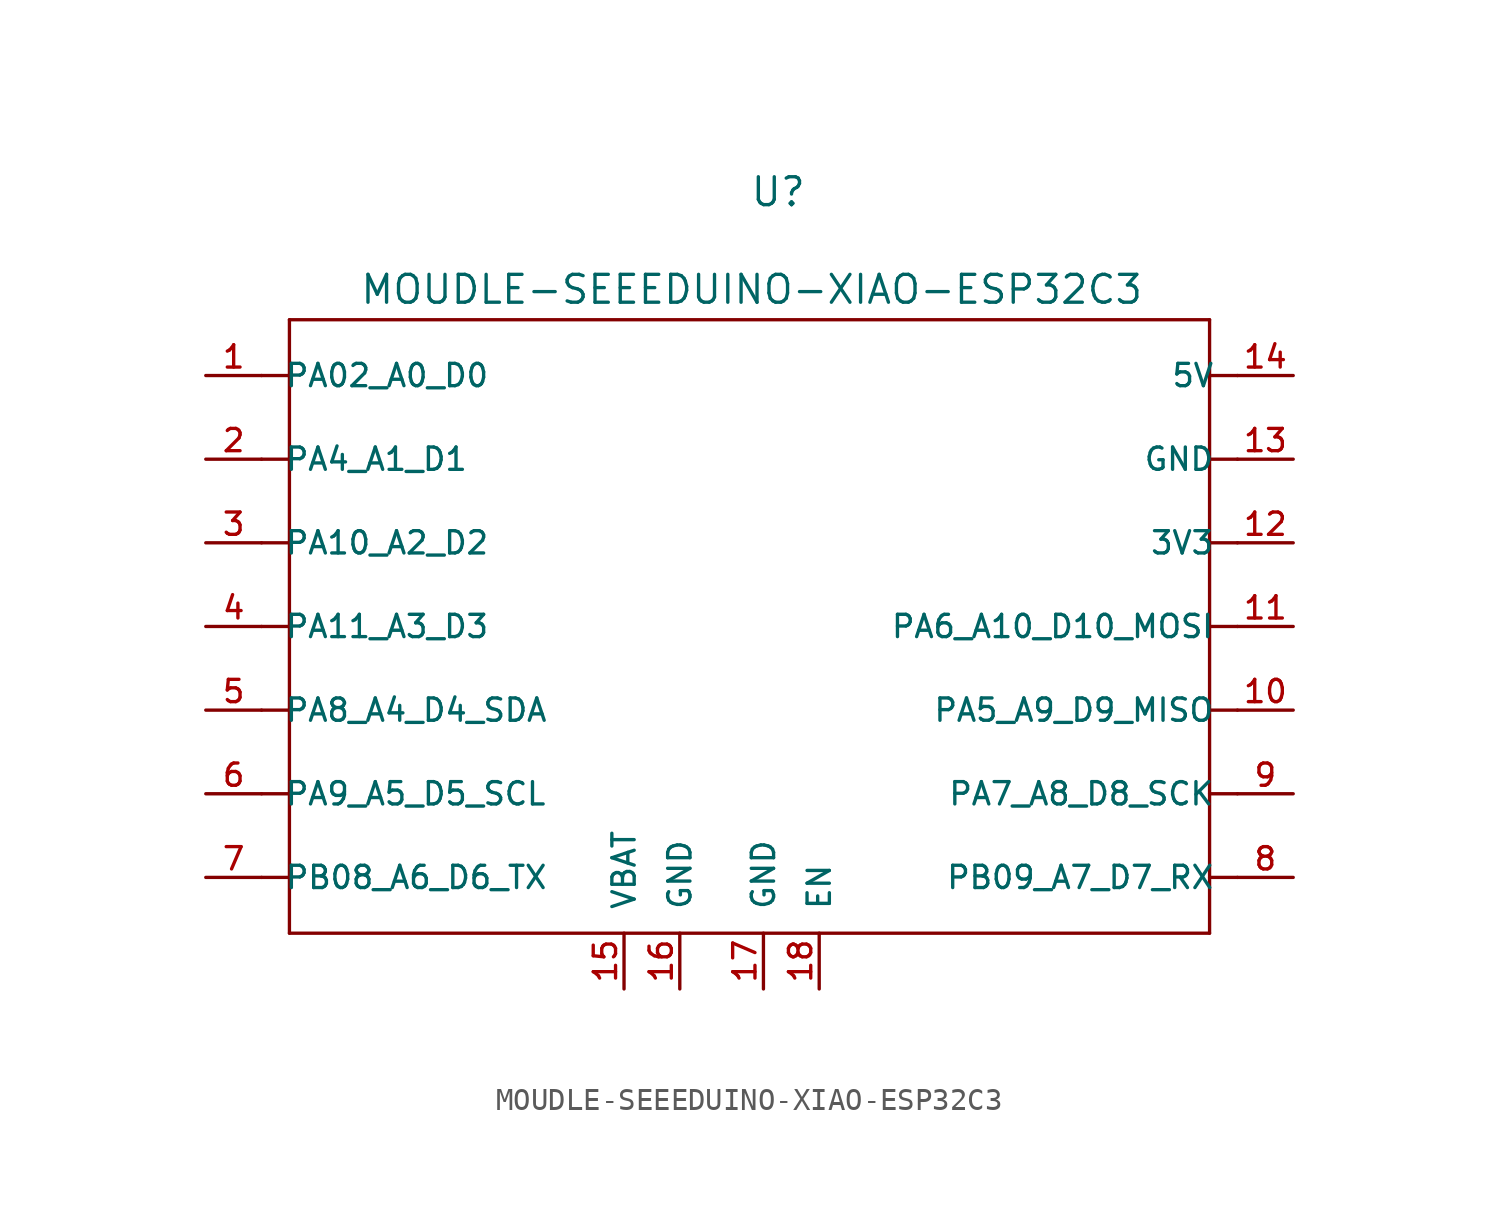
<source format=kicad_sym>
(kicad_symbol_lib
  (version 20211014)
  (generator kicad_symbol_editor)
  (symbol "MOUDLE-SEEEDUINO-XIAO-ESP32C3"
    (pin_names
      (offset 1.016))
    (property "Reference" "U"
      (at -0.635 19.05 0)
      (effects (font (size 1.27 1.27)) (justify left bottom)))
    (property "Value" "MOUDLE-SEEEDUINO-XIAO-ESP32C3"
      (at -18.415 14.605 0)
      (effects (font (size 1.27 1.27)) (justify left bottom)))
    (symbol "MOUDLE-SEEEDUINO-XIAO-ESP32C3_0_0"
      (polyline (pts (xy -21.59 -13.97) (xy -21.59 0)) (stroke (width 0.152) (type default) (color 0 0 0 0)) (fill (type none)))
      (polyline (pts (xy -21.59 -11.43) (xy -22.86 -11.43)) (stroke (width 0.152) (type default) (color 0 0 0 0)) (fill (type none)))
      (polyline (pts (xy -21.59 -7.62) (xy -22.86 -7.62)) (stroke (width 0.152) (type default) (color 0 0 0 0)) (fill (type none)))
      (polyline (pts (xy -21.59 -3.81) (xy -22.86 -3.81)) (stroke (width 0.152) (type default) (color 0 0 0 0)) (fill (type none)))
      (polyline (pts (xy -21.59 0) (xy -22.86 0)) (stroke (width 0.152) (type default) (color 0 0 0 0)) (fill (type none)))
      (polyline (pts (xy -21.59 0) (xy -21.59 3.81)) (stroke (width 0.152) (type default) (color 0 0 0 0)) (fill (type none)))
      (polyline (pts (xy -21.59 3.81) (xy -22.86 3.81)) (stroke (width 0.152) (type default) (color 0 0 0 0)) (fill (type none)))
      (polyline (pts (xy -21.59 3.81) (xy -21.59 7.62)) (stroke (width 0.152) (type default) (color 0 0 0 0)) (fill (type none)))
      (polyline (pts (xy -21.59 7.62) (xy -22.86 7.62)) (stroke (width 0.152) (type default) (color 0 0 0 0)) (fill (type none)))
      (polyline (pts (xy -21.59 7.62) (xy -21.59 11.43)) (stroke (width 0.152) (type default) (color 0 0 0 0)) (fill (type none)))
      (polyline (pts (xy -21.59 11.43) (xy -22.86 11.43)) (stroke (width 0.152) (type default) (color 0 0 0 0)) (fill (type none)))
      (polyline (pts (xy -21.59 11.43) (xy -21.59 13.97)) (stroke (width 0.152) (type default) (color 0 0 0 0)) (fill (type none)))
      (polyline (pts (xy -21.59 13.97) (xy 20.32 13.97)) (stroke (width 0.152) (type default) (color 0 0 0 0)) (fill (type none)))
      (polyline (pts (xy 20.32 -13.97) (xy -21.59 -13.97)) (stroke (width 0.152) (type default) (color 0 0 0 0)) (fill (type none)))
      (polyline (pts (xy 20.32 3.81) (xy 20.32 -13.97)) (stroke (width 0.152) (type default) (color 0 0 0 0)) (fill (type none)))
      (polyline (pts (xy 20.32 7.62) (xy 20.32 3.81)) (stroke (width 0.152) (type default) (color 0 0 0 0)) (fill (type none)))
      (polyline (pts (xy 20.32 11.43) (xy 20.32 7.62)) (stroke (width 0.152) (type default) (color 0 0 0 0)) (fill (type none)))
      (polyline (pts (xy 20.32 13.97) (xy 20.32 11.43)) (stroke (width 0.152) (type default) (color 0 0 0 0)) (fill (type none)))
      (polyline (pts (xy 21.59 -11.43) (xy 20.32 -11.43)) (stroke (width 0.152) (type default) (color 0 0 0 0)) (fill (type none)))
      (polyline (pts (xy 21.59 -7.62) (xy 20.32 -7.62)) (stroke (width 0.152) (type default) (color 0 0 0 0)) (fill (type none)))
      (polyline (pts (xy 21.59 -3.81) (xy 20.32 -3.81)) (stroke (width 0.152) (type default) (color 0 0 0 0)) (fill (type none)))
      (polyline (pts (xy 21.59 0) (xy 20.32 0)) (stroke (width 0.152) (type default) (color 0 0 0 0)) (fill (type none)))
      (polyline (pts (xy 21.59 3.81) (xy 20.32 3.81)) (stroke (width 0.152) (type default) (color 0 0 0 0)) (fill (type none)))
      (polyline (pts (xy 21.59 7.62) (xy 20.32 7.62)) (stroke (width 0.152) (type default) (color 0 0 0 0)) (fill (type none)))
      (polyline (pts (xy 21.59 11.43) (xy 20.32 11.43)) (stroke (width 0.152) (type default) (color 0 0 0 0)) (fill (type none)))
      (pin bidirectional line (at -25.4 11.43 0) (length 2.54) (name "PA02_A0_D0" (effects (font (size 1.016 1.016)))) (number "1" (effects (font (size 1.016 1.016)))))
      (pin bidirectional line (at 24.13 -3.81 180) (length 2.54) (name "PA5_A9_D9_MISO" (effects (font (size 1.016 1.016)))) (number "10" (effects (font (size 1.016 1.016)))))
      (pin bidirectional line (at 24.13 0 180) (length 2.54) (name "PA6_A10_D10_MOSI" (effects (font (size 1.016 1.016)))) (number "11" (effects (font (size 1.016 1.016)))))
      (pin power_out line (at 24.13 3.81 180) (length 2.54) (name "3V3" (effects (font (size 1.016 1.016)))) (number "12" (effects (font (size 1.016 1.016)))))
      (pin power_in line (at 24.13 7.62 180) (length 2.54) (name "GND" (effects (font (size 1.016 1.016)))) (number "13" (effects (font (size 1.016 1.016)))))
      (pin power_out line (at 24.13 11.43 180) (length 2.54) (name "5V" (effects (font (size 1.016 1.016)))) (number "14" (effects (font (size 1.016 1.016)))))
      (pin power_in line (at -6.35 -16.51 90) (length 2.54) (name "VBAT" (effects (font (size 1.016 1.016)))) (number "15" (effects (font (size 1.016 1.016)))))
      (pin power_in line (at -3.81 -16.51 90) (length 2.54) (name "GND" (effects (font (size 1.016 1.016)))) (number "16" (effects (font (size 1.016 1.016)))))
      (pin power_in line (at 0 -16.51 90) (length 2.54) (name "GND" (effects (font (size 1.016 1.016)))) (number "17" (effects (font (size 1.016 1.016)))))
      (pin input line (at 2.54 -16.51 90) (length 2.54) (name "EN" (effects (font (size 1.016 1.016)))) (number "18" (effects (font (size 1.016 1.016)))))
      (pin bidirectional line (at -25.4 7.62 0) (length 2.54) (name "PA4_A1_D1" (effects (font (size 1.016 1.016)))) (number "2" (effects (font (size 1.016 1.016)))))
      (pin bidirectional line (at -25.4 3.81 0) (length 2.54) (name "PA10_A2_D2" (effects (font (size 1.016 1.016)))) (number "3" (effects (font (size 1.016 1.016)))))
      (pin bidirectional line (at -25.4 0 0) (length 2.54) (name "PA11_A3_D3" (effects (font (size 1.016 1.016)))) (number "4" (effects (font (size 1.016 1.016)))))
      (pin bidirectional line (at -25.4 -3.81 0) (length 2.54) (name "PA8_A4_D4_SDA" (effects (font (size 1.016 1.016)))) (number "5" (effects (font (size 1.016 1.016)))))
      (pin bidirectional line (at -25.4 -7.62 0) (length 2.54) (name "PA9_A5_D5_SCL" (effects (font (size 1.016 1.016)))) (number "6" (effects (font (size 1.016 1.016)))))
      (pin bidirectional line (at -25.4 -11.43 0) (length 2.54) (name "PB08_A6_D6_TX" (effects (font (size 1.016 1.016)))) (number "7" (effects (font (size 1.016 1.016)))))
      (pin bidirectional line (at 24.13 -11.43 180) (length 2.54) (name "PB09_A7_D7_RX" (effects (font (size 1.016 1.016)))) (number "8" (effects (font (size 1.016 1.016)))))
      (pin bidirectional line (at 24.13 -7.62 180) (length 2.54) (name "PA7_A8_D8_SCK" (effects (font (size 1.016 1.016)))) (number "9" (effects (font (size 1.016 1.016))))))))
</source>
